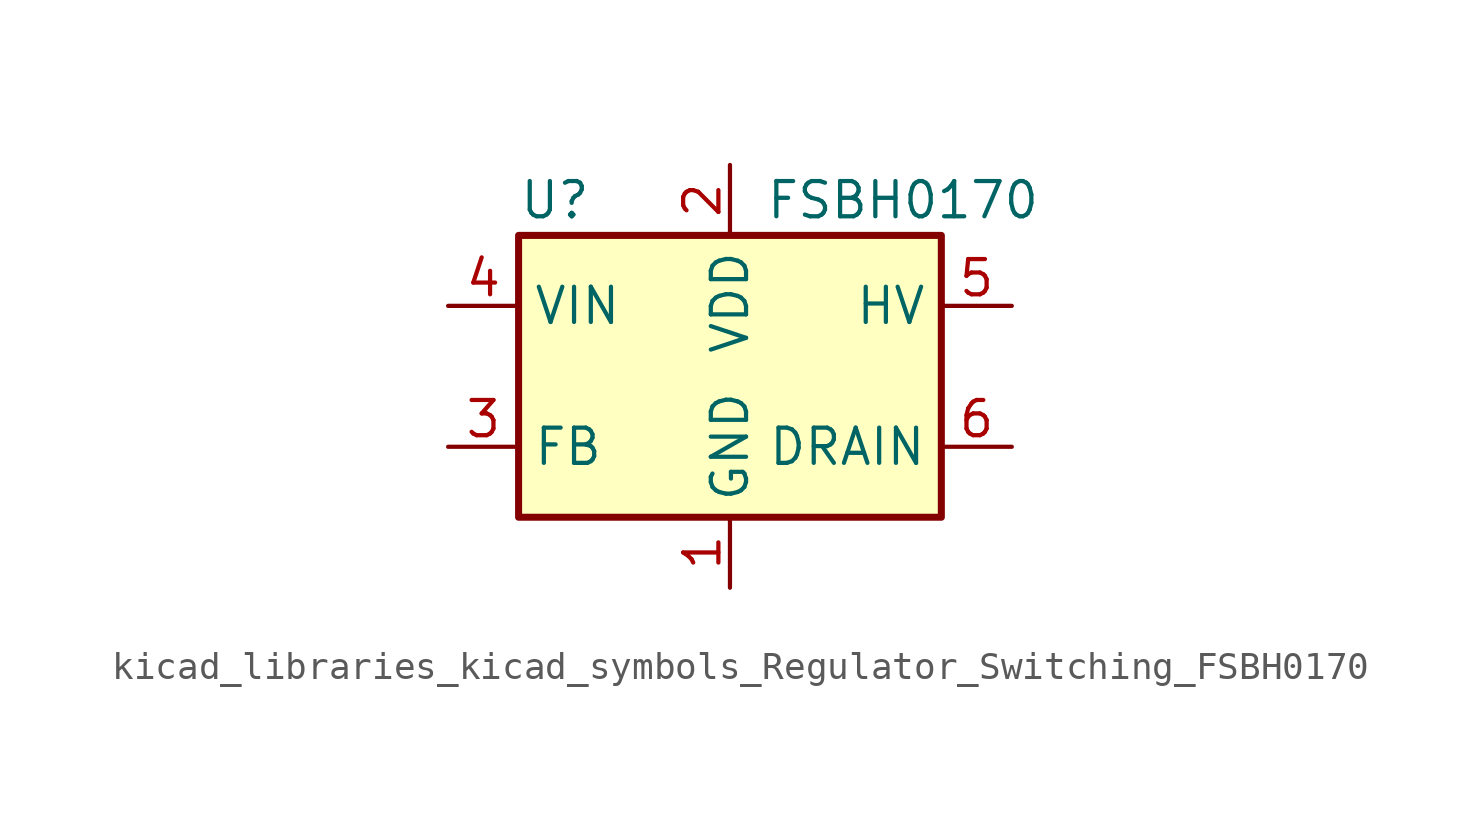
<source format=kicad_sym>
(kicad_symbol_lib
  (version 20220914)
  (generator kicad_symbol_editor)
  (symbol "kicad_libraries_kicad_symbols_Regulator_Switching_FSBH0170"
    (property "Reference" "U"
      (at -7.62 6.35 0)
      (effects (font (size 1.27 1.27)) (justify left)))
    (property "Value" "FSBH0170"
      (at 1.27 6.35 0)
      (effects (font (size 1.27 1.27)) (justify left)))
    (symbol "kicad_libraries_kicad_symbols_Regulator_Switching_FSBH0170_0_1"
      (rectangle (start -7.62 5.08) (end 7.62 -5.08) (stroke (width 0.254) (type default)) (fill (type background))))
    (symbol "kicad_libraries_kicad_symbols_Regulator_Switching_FSBH0170_1_1"
      (pin power_in line (at 0 -7.62 90) (length 2.54) (name "GND" (effects (font (size 1.27 1.27)))) (number "1" (effects (font (size 1.27 1.27)))))
      (pin power_in line (at 0 7.62 270) (length 2.54) (name "VDD" (effects (font (size 1.27 1.27)))) (number "2" (effects (font (size 1.27 1.27)))))
      (pin input line (at -10.16 -2.54 0) (length 2.54) (name "FB" (effects (font (size 1.27 1.27)))) (number "3" (effects (font (size 1.27 1.27)))))
      (pin input line (at -10.16 2.54 0) (length 2.54) (name "VIN" (effects (font (size 1.27 1.27)))) (number "4" (effects (font (size 1.27 1.27)))))
      (pin input line (at 10.16 2.54 180) (length 2.54) (name "HV" (effects (font (size 1.27 1.27)))) (number "5" (effects (font (size 1.27 1.27)))))
      (pin open_collector line (at 10.16 -2.54 180) (length 2.54) (name "DRAIN" (effects (font (size 1.27 1.27)))) (number "6" (effects (font (size 1.27 1.27)))))
      (pin open_collector line (at 10.16 -2.54 180) (length 2.54) hide (name "DRAIN" (effects (font (size 1.27 1.27)))) (number "7" (effects (font (size 1.27 1.27)))))
      (pin open_collector line (at 10.16 -2.54 180) (length 2.54) hide (name "DRAIN" (effects (font (size 1.27 1.27)))) (number "8" (effects (font (size 1.27 1.27))))))))
</source>
